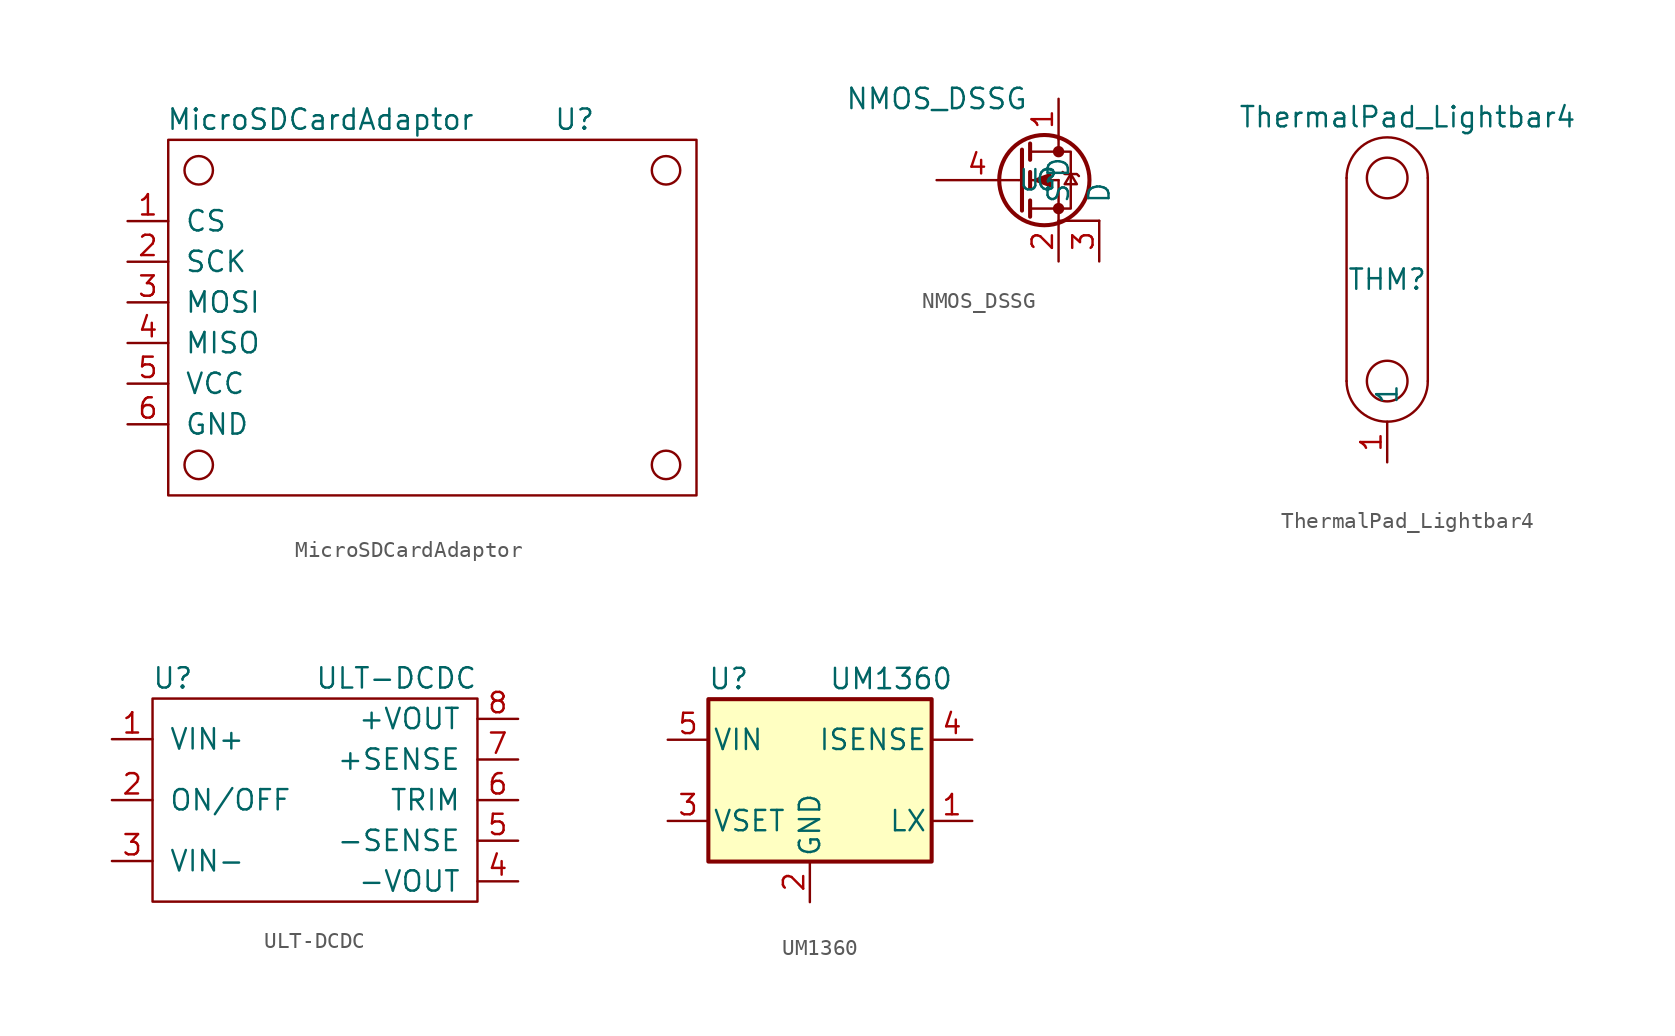
<source format=kicad_sym>
(kicad_symbol_lib
  (version 20211014)
  (generator kicad_symbol_editor)
  (symbol "MicroSDCardAdaptor"
    (pin_names
      (offset 1.016))
    (property "Reference" "U"
      (at 10.16 11.43 0)
      (effects (font (size 1.27 1.27))))
    (property "Value" "MicroSDCardAdaptor"
      (at -5.715 11.43 0)
      (effects (font (size 1.27 1.27))))
    (symbol "MicroSDCardAdaptor_0_1"
      (rectangle (start -15.24 10.16) (end 17.78 -12.065) (stroke (width 0) (type default) (color 0 0 0 0)) (fill (type none)))
      (circle (center -13.335 -10.16) (radius 0.889) (stroke (width 0) (type default) (color 0 0 0 0)) (fill (type none)))
      (circle (center -13.335 8.255) (radius 0.889) (stroke (width 0) (type default) (color 0 0 0 0)) (fill (type none)))
      (circle (center 15.875 -10.16) (radius 0.889) (stroke (width 0) (type default) (color 0 0 0 0)) (fill (type none)))
      (circle (center 15.875 8.255) (radius 0.889) (stroke (width 0) (type default) (color 0 0 0 0)) (fill (type none))))
    (symbol "MicroSDCardAdaptor_1_1"
      (pin input line (at -17.78 5.08 0) (length 2.54) (name "CS" (effects (font (size 1.27 1.27)))) (number "1" (effects (font (size 1.27 1.27)))))
      (pin input line (at -17.78 2.54 0) (length 2.54) (name "SCK" (effects (font (size 1.27 1.27)))) (number "2" (effects (font (size 1.27 1.27)))))
      (pin input line (at -17.78 0 0) (length 2.54) (name "MOSI" (effects (font (size 1.27 1.27)))) (number "3" (effects (font (size 1.27 1.27)))))
      (pin input line (at -17.78 -2.54 0) (length 2.54) (name "MISO" (effects (font (size 1.27 1.27)))) (number "4" (effects (font (size 1.27 1.27)))))
      (pin input line (at -17.78 -5.08 0) (length 2.54) (name "VCC" (effects (font (size 1.27 1.27)))) (number "5" (effects (font (size 1.27 1.27)))))
      (pin input line (at -17.78 -7.62 0) (length 2.54) (name "GND" (effects (font (size 1.27 1.27)))) (number "6" (effects (font (size 1.27 1.27)))))))
  (symbol "NMOS_DSSG"
    (pin_names
      (offset 1.016))
    (property "Reference" "U"
      (at 0 0 0)
      (effects (font (size 1.27 1.27))))
    (property "Value" "NMOS_DSSG"
      (at -6.35 5.08 0)
      (effects (font (size 1.27 1.27))))
    (symbol "NMOS_DSSG_1_1"
      (polyline (pts (xy -1.219 0) (xy -1.016 0)) (stroke (width 0) (type default) (color 0 0 0 0)) (fill (type none)))
      (polyline (pts (xy -0.508 -1.778) (xy 1.27 -1.778)) (stroke (width 0) (type default) (color 0 0 0 0)) (fill (type none)))
      (polyline (pts (xy -0.508 -1.27) (xy -0.508 -2.286)) (stroke (width 0.254) (type default) (color 0 0 0 0)) (fill (type none)))
      (polyline (pts (xy -0.508 0) (xy 1.27 0)) (stroke (width 0) (type default) (color 0 0 0 0)) (fill (type none)))
      (polyline (pts (xy -0.508 0.508) (xy -0.508 -0.508)) (stroke (width 0.254) (type default) (color 0 0 0 0)) (fill (type none)))
      (polyline (pts (xy -0.508 1.778) (xy 1.27 1.778)) (stroke (width 0) (type default) (color 0 0 0 0)) (fill (type none)))
      (polyline (pts (xy -0.508 2.286) (xy -0.508 1.27)) (stroke (width 0.254) (type default) (color 0 0 0 0)) (fill (type none)))
      (polyline (pts (xy 1.27 -2.54) (xy 3.81 -2.54)) (stroke (width 0) (type default) (color 0 0 0 0)) (fill (type none)))
      (polyline (pts (xy 1.27 -1.778) (xy 1.27 -2.54)) (stroke (width 0) (type default) (color 0 0 0 0)) (fill (type none)))
      (polyline (pts (xy 1.27 -1.778) (xy 1.27 0)) (stroke (width 0) (type default) (color 0 0 0 0)) (fill (type none)))
      (polyline (pts (xy 1.27 2.54) (xy 1.27 1.778)) (stroke (width 0) (type default) (color 0 0 0 0)) (fill (type none)))
      (polyline (pts (xy -1.016 1.905) (xy -1.016 -1.905) (xy -1.016 -1.905)) (stroke (width 0.254) (type default) (color 0 0 0 0)) (fill (type none)))
      (polyline (pts (xy -0.254 0) (xy 0.762 0.381) (xy 0.762 -0.381) (xy -0.254 0)) (stroke (width 0) (type default) (color 0 0 0 0)) (fill (type outline)))
      (polyline (pts (xy 1.27 -1.778) (xy 2.032 -1.778) (xy 2.032 1.778) (xy 1.27 1.778)) (stroke (width 0) (type default) (color 0 0 0 0)) (fill (type none)))
      (polyline (pts (xy 1.524 0.508) (xy 1.651 0.381) (xy 2.413 0.381) (xy 2.54 0.254)) (stroke (width 0) (type default) (color 0 0 0 0)) (fill (type none)))
      (polyline (pts (xy 2.032 0.381) (xy 1.651 -0.254) (xy 2.413 -0.254) (xy 2.032 0.381)) (stroke (width 0) (type default) (color 0 0 0 0)) (fill (type none)))
      (circle (center 0.381 0) (radius 2.819) (stroke (width 0.254) (type default) (color 0 0 0 0)) (fill (type none)))
      (circle (center 1.27 -1.778) (radius 0.279) (stroke (width 0) (type default) (color 0 0 0 0)) (fill (type outline)))
      (circle (center 1.27 1.778) (radius 0.279) (stroke (width 0) (type default) (color 0 0 0 0)) (fill (type outline)))
      (pin passive line (at 1.27 5.08 270) (length 2.54) (name "D" (effects (font (size 1.27 1.27)))) (number "1" (effects (font (size 1.27 1.27)))))
      (pin passive line (at 1.27 -5.08 90) (length 2.54) (name "S" (effects (font (size 1.27 1.27)))) (number "2" (effects (font (size 1.27 1.27)))))
      (pin passive line (at 3.81 -5.08 90) (length 2.54) (name "D" (effects (font (size 1.27 1.27)))) (number "3" (effects (font (size 1.27 1.27)))))
      (pin input line (at -6.35 0 0) (length 5.08) (name "G" (effects (font (size 1.27 1.27)))) (number "4" (effects (font (size 1.27 1.27)))))))
  (symbol "ThermalPad_Lightbar4"
    (pin_names
      (offset 1.016))
    (property "Reference" "THM"
      (at 0 0 0)
      (effects (font (size 1.27 1.27))))
    (property "Value" "ThermalPad_Lightbar4"
      (at 1.27 10.16 0)
      (effects (font (size 1.27 1.27))))
    (symbol "ThermalPad_Lightbar4_0_1"
      (arc (start -2.54 -6.35) (mid 0 -8.89) (end 2.54 -6.35) (stroke (width 0) (type default) (color 0 0 0 0)) (fill (type none)))
      (rectangle (start -2.54 6.35) (end -2.54 -6.35) (stroke (width 0) (type default) (color 0 0 0 0)) (fill (type none)))
      (circle (center 0 -6.35) (radius 1.27) (stroke (width 0) (type default) (color 0 0 0 0)) (fill (type none)))
      (circle (center 0 6.35) (radius 1.27) (stroke (width 0) (type default) (color 0 0 0 0)) (fill (type none)))
      (arc (start 2.54 6.35) (mid 0 8.89) (end -2.54 6.35) (stroke (width 0) (type default) (color 0 0 0 0)) (fill (type none)))
      (rectangle (start 2.54 6.35) (end 2.54 -6.35) (stroke (width 0) (type default) (color 0 0 0 0)) (fill (type none))))
    (symbol "ThermalPad_Lightbar4_1_1"
      (pin input line (at 0 -11.43 90) (length 2.54) (name "1" (effects (font (size 1.27 1.27)))) (number "1" (effects (font (size 1.27 1.27)))))))
  (symbol "ULT-DCDC"
    (pin_names
      (offset 1.016))
    (property "Reference" "U"
      (at -8.89 7.62 0)
      (effects (font (size 1.27 1.27))))
    (property "Value" "ULT-DCDC"
      (at 5.08 7.62 0)
      (effects (font (size 1.27 1.27))))
    (symbol "ULT-DCDC_0_1"
      (rectangle (start -10.16 6.35) (end 10.16 -6.35) (stroke (width 0) (type default) (color 0 0 0 0)) (fill (type none))))
    (symbol "ULT-DCDC_1_1"
      (pin input line (at -12.7 3.81 0) (length 2.54) (name "VIN+" (effects (font (size 1.27 1.27)))) (number "1" (effects (font (size 1.27 1.27)))))
      (pin input line (at -12.7 0 0) (length 2.54) (name "ON/OFF" (effects (font (size 1.27 1.27)))) (number "2" (effects (font (size 1.27 1.27)))))
      (pin input line (at -12.7 -3.81 0) (length 2.54) (name "VIN-" (effects (font (size 1.27 1.27)))) (number "3" (effects (font (size 1.27 1.27)))))
      (pin input line (at 12.7 -5.08 180) (length 2.54) (name "-VOUT" (effects (font (size 1.27 1.27)))) (number "4" (effects (font (size 1.27 1.27)))))
      (pin input line (at 12.7 -2.54 180) (length 2.54) (name "-SENSE" (effects (font (size 1.27 1.27)))) (number "5" (effects (font (size 1.27 1.27)))))
      (pin input line (at 12.7 0 180) (length 2.54) (name "TRIM" (effects (font (size 1.27 1.27)))) (number "6" (effects (font (size 1.27 1.27)))))
      (pin input line (at 12.7 2.54 180) (length 2.54) (name "+SENSE" (effects (font (size 1.27 1.27)))) (number "7" (effects (font (size 1.27 1.27)))))
      (pin input line (at 12.7 5.08 180) (length 2.54) (name "+VOUT" (effects (font (size 1.27 1.27)))) (number "8" (effects (font (size 1.27 1.27)))))))
  (symbol "UM1360"
    (pin_names
      (offset 0.254))
    (property "Reference" "U"
      (at -5.08 8.89 0)
      (effects (font (size 1.27 1.27))))
    (property "Value" "UM1360"
      (at 5.08 8.89 0)
      (effects (font (size 1.27 1.27))))
    (symbol "UM1360_0_1"
      (rectangle (start -6.35 7.62) (end 7.62 -2.54) (stroke (width 0.254) (type default) (color 0 0 0 0)) (fill (type background))))
    (symbol "UM1360_1_1"
      (pin open_collector line (at 10.16 0 180) (length 2.54) (name "LX" (effects (font (size 1.27 1.27)))) (number "1" (effects (font (size 1.27 1.27)))))
      (pin power_in line (at 0 -5.08 90) (length 2.54) (name "GND" (effects (font (size 1.27 1.27)))) (number "2" (effects (font (size 1.27 1.27)))))
      (pin input line (at -8.89 0 0) (length 2.54) (name "VSET" (effects (font (size 1.27 1.27)))) (number "3" (effects (font (size 1.27 1.27)))))
      (pin input line (at 10.16 5.08 180) (length 2.54) (name "ISENSE" (effects (font (size 1.27 1.27)))) (number "4" (effects (font (size 1.27 1.27)))))
      (pin power_in line (at -8.89 5.08 0) (length 2.54) (name "VIN" (effects (font (size 1.27 1.27)))) (number "5" (effects (font (size 1.27 1.27))))))))
</source>
